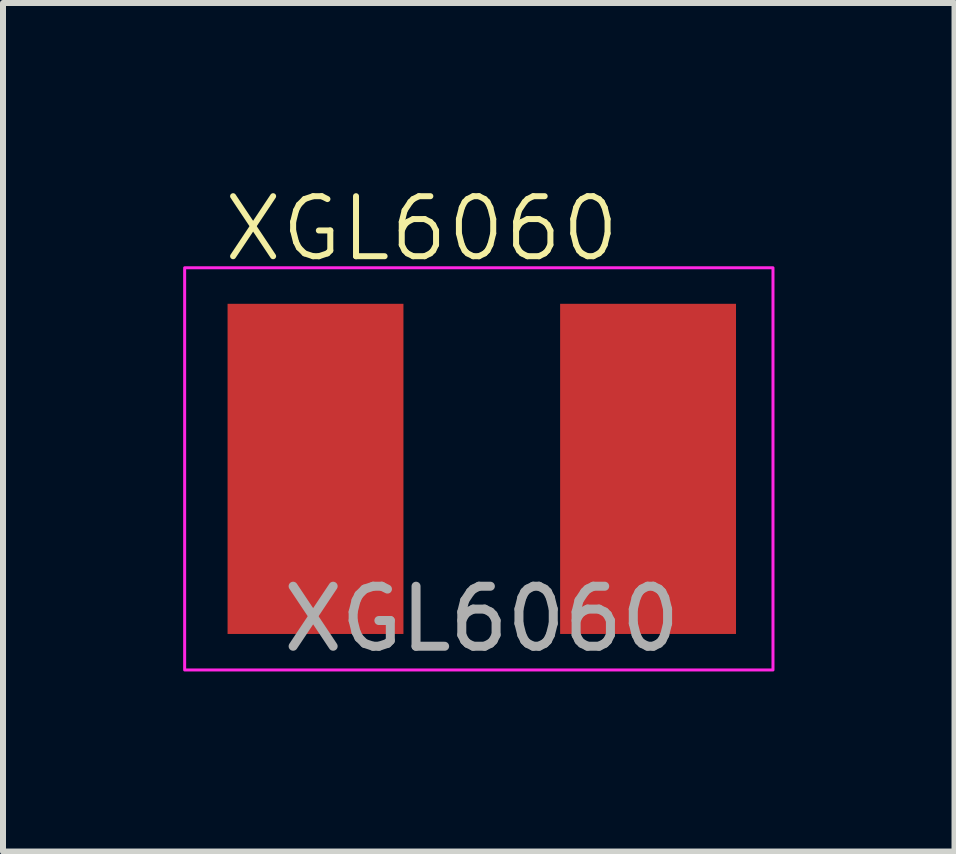
<source format=kicad_pcb>
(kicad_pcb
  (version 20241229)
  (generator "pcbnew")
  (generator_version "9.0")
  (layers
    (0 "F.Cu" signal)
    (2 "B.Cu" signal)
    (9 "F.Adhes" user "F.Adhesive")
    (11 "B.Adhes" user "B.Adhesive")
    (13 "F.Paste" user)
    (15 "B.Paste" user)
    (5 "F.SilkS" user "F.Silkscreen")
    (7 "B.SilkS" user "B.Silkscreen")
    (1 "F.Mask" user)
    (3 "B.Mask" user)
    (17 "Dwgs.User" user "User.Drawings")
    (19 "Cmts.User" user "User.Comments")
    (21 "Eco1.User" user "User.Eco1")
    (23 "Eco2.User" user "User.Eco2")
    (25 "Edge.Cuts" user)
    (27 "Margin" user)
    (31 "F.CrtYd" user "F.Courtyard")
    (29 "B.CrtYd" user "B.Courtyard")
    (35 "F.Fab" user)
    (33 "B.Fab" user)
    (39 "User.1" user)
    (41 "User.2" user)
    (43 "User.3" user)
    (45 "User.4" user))
  (footprint "XGL6060"
    (layer "F.Cu")
    (at 4.976 4.761)
    (property "Reference" "XGL6060" (at -1 -4 0) (unlocked yes) (layer "F.SilkS") (effects (font (size 1 1) (thickness 0.1))))
    (attr smd)
    (fp_rect (start -4.95 -3.35) (end 4.851 3.35) (stroke (width 0.05) (type default)) (fill no) (layer "F.CrtYd"))
    (fp_text user "${REFERENCE}" (at 0 2.5 0) (unlocked yes) (layer "F.Fab") (effects (font (size 1 1) (thickness 0.15))))
    (pad "1" smd rect (at -2.77 0) (size 2.93 5.5) (layers "F.Cu" "F.Mask" "F.Paste"))
    (pad "2" smd rect (at 2.77 0) (size 2.93 5.5) (layers "F.Cu" "F.Mask" "F.Paste")))
  (gr_rect
    (start -3 -3)
    (end 12.851 11.136)
    (stroke (width 0.1) (type default))
    (fill no)
    (layer "Edge.Cuts")))
</source>
